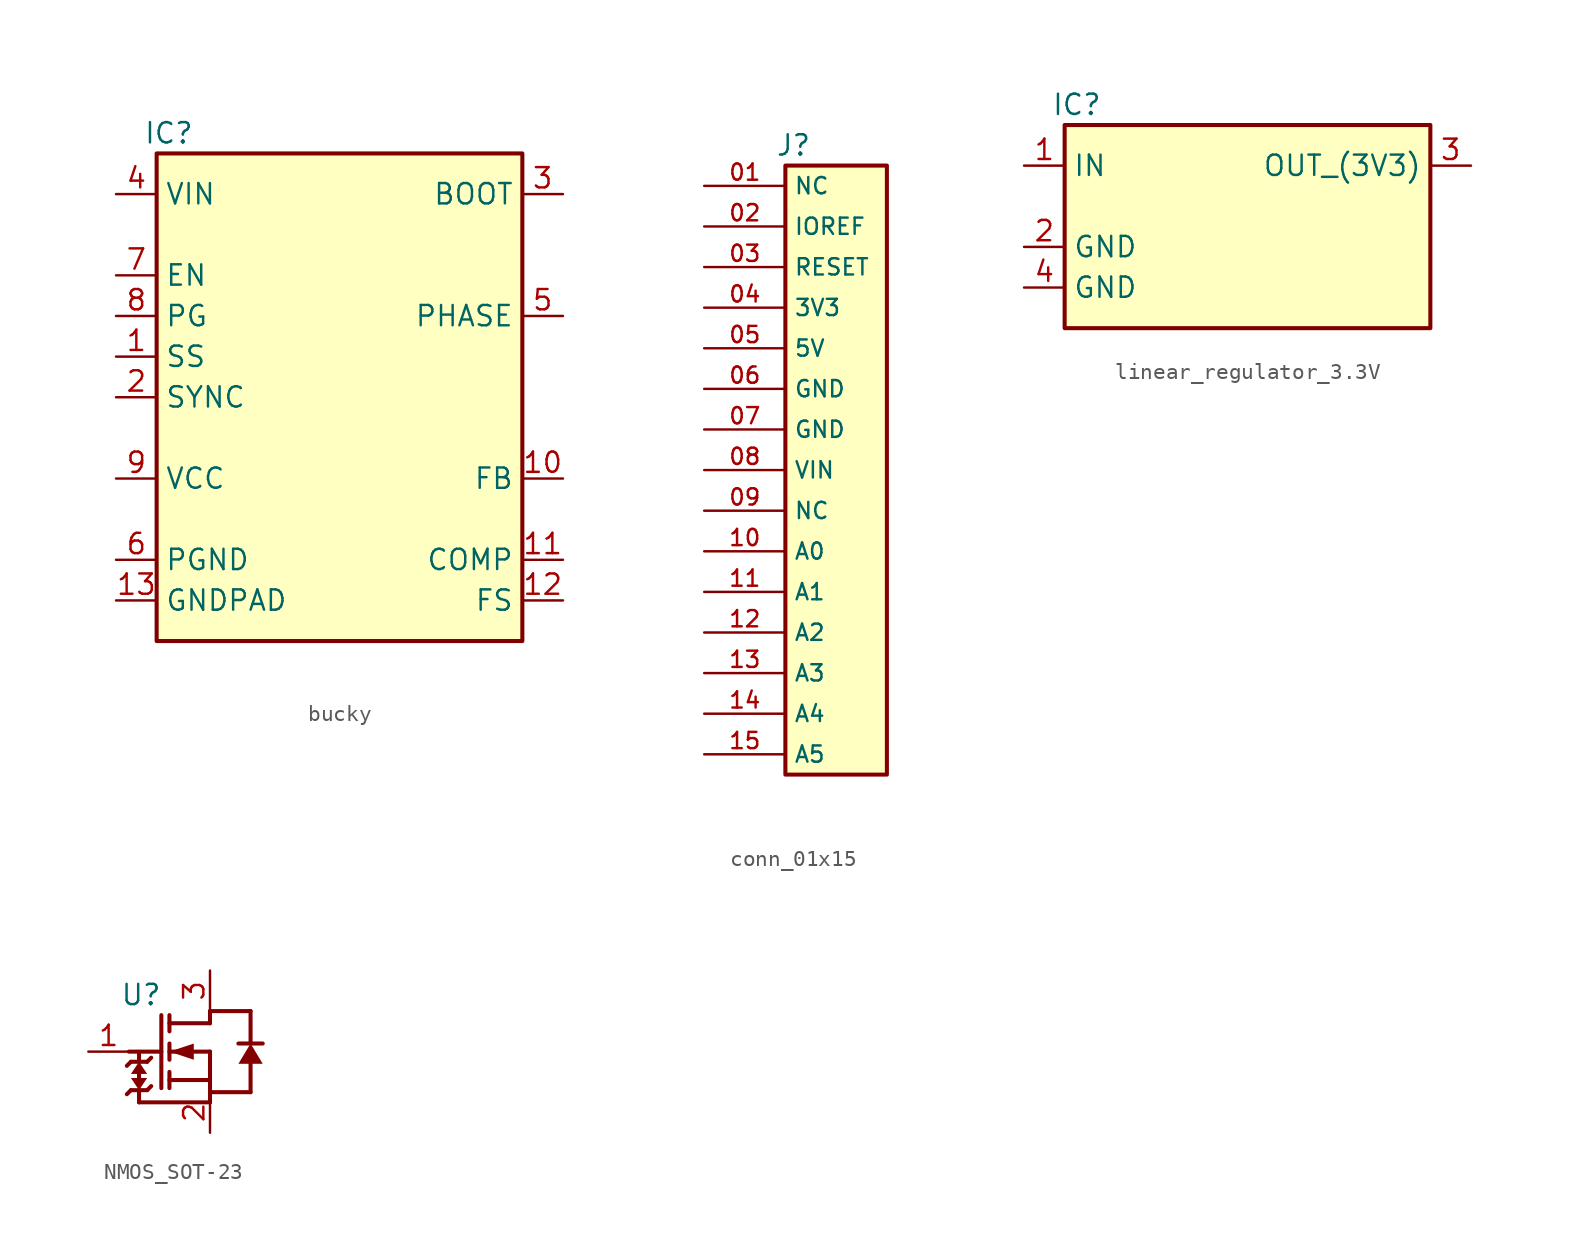
<source format=kicad_sym>
(kicad_symbol_lib
  (version 20231120)
  (generator "kicad_symbol_editor")
  (generator_version "8.0")
  (symbol "bucky"
    (property "Reference" "IC"
      (at 0.762 31.75 0)
      (effects (font (size 1.27 1.27))))
    (property "Value" ""
      (at 0 0 0)
      (effects (font (size 1.27 1.27))))
    (symbol "bucky_1_0"
      (rectangle (start 22.86 30.48) (end 0 0) (stroke (width 0.254) (type solid) (color 128 0 0 1)) (fill (type background)))
      (pin passive line (at -2.54 17.78 0) (length 2.54) (name "SS" (effects (font (size 1.27 1.27)))) (number "1" (effects (font (size 1.27 1.27)))))
      (pin passive line (at 25.4 10.16 180) (length 2.54) (name "FB" (effects (font (size 1.27 1.27)))) (number "10" (effects (font (size 1.27 1.27)))))
      (pin passive line (at 25.4 5.08 180) (length 2.54) (name "COMP" (effects (font (size 1.27 1.27)))) (number "11" (effects (font (size 1.27 1.27)))))
      (pin passive line (at 25.4 2.54 180) (length 2.54) (name "FS" (effects (font (size 1.27 1.27)))) (number "12" (effects (font (size 1.27 1.27)))))
      (pin power_in line (at -2.54 2.54 0) (length 2.54) (name "GNDPAD" (effects (font (size 1.27 1.27)))) (number "13" (effects (font (size 1.27 1.27)))))
      (pin passive line (at -2.54 15.24 0) (length 2.54) (name "SYNC" (effects (font (size 1.27 1.27)))) (number "2" (effects (font (size 1.27 1.27)))))
      (pin passive line (at 25.4 27.94 180) (length 2.54) (name "BOOT" (effects (font (size 1.27 1.27)))) (number "3" (effects (font (size 1.27 1.27)))))
      (pin power_in line (at -2.54 27.94 0) (length 2.54) (name "VIN" (effects (font (size 1.27 1.27)))) (number "4" (effects (font (size 1.27 1.27)))))
      (pin passive line (at 25.4 20.32 180) (length 2.54) (name "PHASE" (effects (font (size 1.27 1.27)))) (number "5" (effects (font (size 1.27 1.27)))))
      (pin power_in line (at -2.54 5.08 0) (length 2.54) (name "PGND" (effects (font (size 1.27 1.27)))) (number "6" (effects (font (size 1.27 1.27)))))
      (pin passive line (at -2.54 22.86 0) (length 2.54) (name "EN" (effects (font (size 1.27 1.27)))) (number "7" (effects (font (size 1.27 1.27)))))
      (pin passive line (at -2.54 20.32 0) (length 2.54) (name "PG" (effects (font (size 1.27 1.27)))) (number "8" (effects (font (size 1.27 1.27)))))
      (pin power_in line (at -2.54 10.16 0) (length 2.54) (name "VCC" (effects (font (size 1.27 1.27)))) (number "9" (effects (font (size 1.27 1.27)))))))
  (symbol "conn_01x15"
    (property "Reference" "J"
      (at 0.508 39.37 0)
      (effects (font (size 1.27 1.27))))
    (property "Value" ""
      (at 0 0 0)
      (effects (font (size 1.27 1.27))))
    (symbol "conn_01x15_0_0"
      (rectangle (start 0 38.1) (end 6.35 0) (stroke (width 0.254) (type default)) (fill (type background))))
    (symbol "conn_01x15_1_0"
      (pin passive line (at -5.08 36.83 0) (length 5.08) (name "NC" (effects (font (size 1.016 1.016)))) (number "01" (effects (font (size 1.016 1.016)))))
      (pin passive line (at -5.08 34.29 0) (length 5.08) (name "IOREF" (effects (font (size 1.016 1.016)))) (number "02" (effects (font (size 1.016 1.016)))))
      (pin passive line (at -5.08 31.75 0) (length 5.08) (name "RESET" (effects (font (size 1.016 1.016)))) (number "03" (effects (font (size 1.016 1.016)))))
      (pin passive line (at -5.08 29.21 0) (length 5.08) (name "3V3" (effects (font (size 1.016 1.016)))) (number "04" (effects (font (size 1.016 1.016)))))
      (pin passive line (at -5.08 26.67 0) (length 5.08) (name "5V" (effects (font (size 1.016 1.016)))) (number "05" (effects (font (size 1.016 1.016)))))
      (pin passive line (at -5.08 24.13 0) (length 5.08) (name "GND" (effects (font (size 1.016 1.016)))) (number "06" (effects (font (size 1.016 1.016)))))
      (pin passive line (at -5.08 21.59 0) (length 5.08) (name "GND" (effects (font (size 1.016 1.016)))) (number "07" (effects (font (size 1.016 1.016)))))
      (pin passive line (at -5.08 19.05 0) (length 5.08) (name "VIN" (effects (font (size 1.016 1.016)))) (number "08" (effects (font (size 1.016 1.016)))))
      (pin passive line (at -5.08 16.51 0) (length 5.08) (name "NC" (effects (font (size 1.016 1.016)))) (number "09" (effects (font (size 1.016 1.016)))))
      (pin passive line (at -5.08 13.97 0) (length 5.08) (name "A0" (effects (font (size 1.016 1.016)))) (number "10" (effects (font (size 1.016 1.016)))))
      (pin passive line (at -5.08 11.43 0) (length 5.08) (name "A1" (effects (font (size 1.016 1.016)))) (number "11" (effects (font (size 1.016 1.016)))))
      (pin passive line (at -5.08 8.89 0) (length 5.08) (name "A2" (effects (font (size 1.016 1.016)))) (number "12" (effects (font (size 1.016 1.016)))))
      (pin passive line (at -5.08 6.35 0) (length 5.08) (name "A3" (effects (font (size 1.016 1.016)))) (number "13" (effects (font (size 1.016 1.016)))))
      (pin passive line (at -5.08 3.81 0) (length 5.08) (name "A4" (effects (font (size 1.016 1.016)))) (number "14" (effects (font (size 1.016 1.016)))))
      (pin passive line (at -5.08 1.27 0) (length 5.08) (name "A5" (effects (font (size 1.016 1.016)))) (number "15" (effects (font (size 1.016 1.016)))))))
  (symbol "linear_regulator_3.3V"
    (property "Reference" "IC"
      (at 0.762 13.97 0)
      (effects (font (size 1.27 1.27))))
    (property "Value" ""
      (at 0 0 0)
      (effects (font (size 1.27 1.27))))
    (symbol "linear_regulator_3.3V_1_0"
      (rectangle (start 22.86 12.7) (end 0 0) (stroke (width 0.254) (type solid) (color 128 0 0 1)) (fill (type background)))
      (pin passive line (at -2.54 10.16 0) (length 2.54) (name "IN" (effects (font (size 1.27 1.27)))) (number "1" (effects (font (size 1.27 1.27)))))
      (pin passive line (at -2.54 5.08 0) (length 2.54) (name "GND" (effects (font (size 1.27 1.27)))) (number "2" (effects (font (size 1.27 1.27)))))
      (pin passive line (at 25.4 10.16 180) (length 2.54) (name "OUT_(3V3)" (effects (font (size 1.27 1.27)))) (number "3" (effects (font (size 1.27 1.27)))))
      (pin passive line (at -2.54 2.54 0) (length 2.54) (name "GND" (effects (font (size 1.27 1.27)))) (number "4" (effects (font (size 1.27 1.27)))))))
  (symbol "NMOS_SOT-23"
    (property "Reference" "U"
      (at 0.762 7.366 0)
      (effects (font (size 1.27 1.27))))
    (property "Value" ""
      (at 0 0 0)
      (effects (font (size 1.27 1.27))))
    (symbol "NMOS_SOT-23_1_0"
      (polyline (pts (xy 0 3.81) (xy 2.032 3.81)) (stroke (width 0.254) (type solid)) (fill (type none)))
      (polyline (pts (xy 0.127 1.397) (xy -0.127 1.143)) (stroke (width 0.254) (type solid)) (fill (type none)))
      (polyline (pts (xy 0.127 3.175) (xy -0.127 2.921)) (stroke (width 0.254) (type solid)) (fill (type none)))
      (polyline (pts (xy 0.635 0.635) (xy 5.08 0.635)) (stroke (width 0.254) (type solid)) (fill (type none)))
      (polyline (pts (xy 0.635 1.27) (xy 0.635 0.635)) (stroke (width 0.254) (type solid)) (fill (type none)))
      (polyline (pts (xy 0.635 2.54) (xy 0.635 2.159)) (stroke (width 0.254) (type solid)) (fill (type none)))
      (polyline (pts (xy 0.635 3.302) (xy 0.635 3.683)) (stroke (width 0.254) (type solid)) (fill (type none)))
      (polyline (pts (xy 1.143 1.397) (xy 0.127 1.397)) (stroke (width 0.254) (type solid)) (fill (type none)))
      (polyline (pts (xy 1.143 1.397) (xy 1.397 1.651)) (stroke (width 0.254) (type solid)) (fill (type none)))
      (polyline (pts (xy 1.143 3.175) (xy 0.127 3.175)) (stroke (width 0.254) (type solid)) (fill (type none)))
      (polyline (pts (xy 1.143 3.175) (xy 1.397 3.429)) (stroke (width 0.254) (type solid)) (fill (type none)))
      (polyline (pts (xy 2.032 6.096) (xy 2.032 1.524)) (stroke (width 0.254) (type solid)) (fill (type none)))
      (polyline (pts (xy 2.54 1.524) (xy 2.54 2.54)) (stroke (width 0.254) (type solid)) (fill (type none)))
      (polyline (pts (xy 2.54 3.302) (xy 2.54 4.318)) (stroke (width 0.254) (type solid)) (fill (type none)))
      (polyline (pts (xy 2.54 6.096) (xy 2.54 5.08)) (stroke (width 0.254) (type solid)) (fill (type none)))
      (polyline (pts (xy 5.08 1.27) (xy 7.62 1.27)) (stroke (width 0.254) (type solid)) (fill (type none)))
      (polyline (pts (xy 5.08 2.032) (xy 2.54 2.032)) (stroke (width 0.254) (type solid)) (fill (type none)))
      (polyline (pts (xy 5.08 3.81) (xy 2.54 3.81)) (stroke (width 0.254) (type solid)) (fill (type none)))
      (polyline (pts (xy 5.08 3.81) (xy 5.08 0.635)) (stroke (width 0.254) (type solid)) (fill (type none)))
      (polyline (pts (xy 5.08 5.588) (xy 2.54 5.588)) (stroke (width 0.254) (type solid)) (fill (type none)))
      (polyline (pts (xy 5.08 5.588) (xy 5.08 6.35)) (stroke (width 0.254) (type solid)) (fill (type none)))
      (polyline (pts (xy 5.08 6.35) (xy 7.62 6.35)) (stroke (width 0.254) (type solid)) (fill (type none)))
      (polyline (pts (xy 6.858 4.318) (xy 8.382 4.318)) (stroke (width 0.254) (type solid)) (fill (type none)))
      (polyline (pts (xy 7.62 1.27) (xy 7.62 3.048)) (stroke (width 0.254) (type solid)) (fill (type none)))
      (polyline (pts (xy 7.62 6.35) (xy 7.62 4.318)) (stroke (width 0.254) (type solid)) (fill (type none)))
      (polyline (pts (xy 0.635 1.397) (xy 1.143 2.159) (xy 0.127 2.159) (xy 0.635 1.397)) (stroke (width -0.0001) (type solid)) (fill (type outline)))
      (polyline (pts (xy 0.635 3.175) (xy 0.127 2.413) (xy 1.143 2.413) (xy 0.635 3.175)) (stroke (width -0.0001) (type solid)) (fill (type outline)))
      (polyline (pts (xy 2.54 3.81) (xy 4.064 4.318) (xy 4.064 3.302) (xy 2.54 3.81)) (stroke (width -0.0001) (type solid)) (fill (type outline)))
      (polyline (pts (xy 7.62 4.318) (xy 6.858 3.048) (xy 8.382 3.048) (xy 7.62 4.318)) (stroke (width -0.0001) (type solid)) (fill (type outline)))
      (pin passive line (at -2.54 3.81 0) (length 2.54) (name "G" (effects (font (size 0 0)))) (number "1" (effects (font (size 1.27 1.27)))))
      (pin passive line (at 5.08 -1.27 90) (length 2.54) (name "S" (effects (font (size 0 0)))) (number "2" (effects (font (size 1.27 1.27)))))
      (pin passive line (at 5.08 8.89 270) (length 2.54) (name "D" (effects (font (size 0 0)))) (number "3" (effects (font (size 1.27 1.27))))))))
</source>
